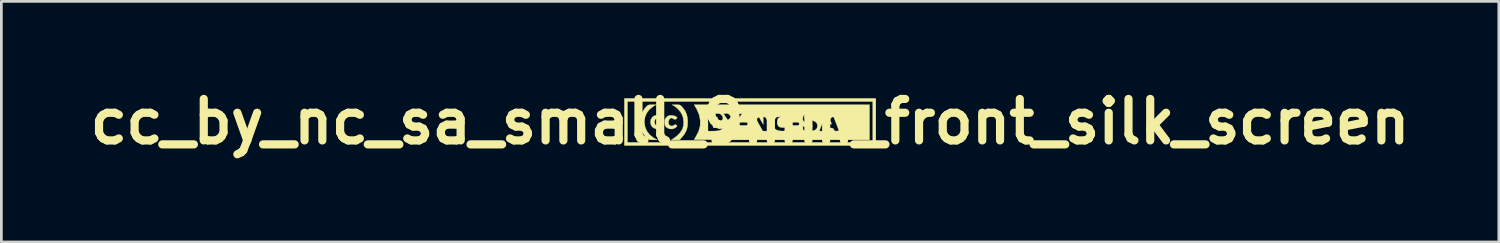
<source format=kicad_pcb>
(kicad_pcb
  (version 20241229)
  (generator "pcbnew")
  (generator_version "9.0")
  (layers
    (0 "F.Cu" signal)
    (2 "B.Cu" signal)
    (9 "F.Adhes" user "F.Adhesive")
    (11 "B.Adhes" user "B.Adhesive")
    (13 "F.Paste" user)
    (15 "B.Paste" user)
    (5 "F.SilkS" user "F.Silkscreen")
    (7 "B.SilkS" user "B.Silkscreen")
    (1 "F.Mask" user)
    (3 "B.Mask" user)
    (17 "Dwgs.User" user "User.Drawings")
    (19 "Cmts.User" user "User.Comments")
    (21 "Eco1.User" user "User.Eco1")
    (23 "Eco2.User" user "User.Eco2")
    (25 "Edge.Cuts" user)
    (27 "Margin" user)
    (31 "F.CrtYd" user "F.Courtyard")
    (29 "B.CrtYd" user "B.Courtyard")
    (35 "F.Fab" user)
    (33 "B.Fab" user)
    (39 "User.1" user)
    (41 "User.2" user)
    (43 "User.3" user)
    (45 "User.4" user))
  (footprint "cc_by_nc_sa_small_9mm_front_silk_screen"
    (layer "F.Cu")
    (at 24.5 1.418)
    (property "Reference" "cc_by_nc_sa_small_9mm_front_silk_screen" (at 0 0 0) (layer "F.SilkS") (effects (font (size 1.524 1.524) (thickness 0.3))))
    (attr through_hole)
    (fp_poly (pts (xy 2.922 -0.096) (xy 2.946 -0.046) (xy 2.959 -0.012) (xy 2.996 0.092) (xy 2.82 0.092) (xy 2.855 -0.012) (xy 2.879 -0.072) (xy 2.899 -0.11) (xy 2.906 -0.115) (xy 2.922 -0.096)) (stroke (width 0.01) (type solid)) (fill yes) (layer "F.SilkS"))
    (fp_poly (pts (xy 4.618 0.877) (xy -4.618 0.877) (xy -4.618 -0.739) (xy -4.503 -0.739) (xy -4.503 0.762) (xy 4.503 0.762) (xy 4.503 -0.739) (xy -4.503 -0.739) (xy -4.618 -0.739) (xy -4.618 -0.854) (xy 4.618 -0.854) (xy 4.618 0.877)) (stroke (width 0.01) (type solid)) (fill yes) (layer "F.SilkS"))
    (fp_poly (pts (xy -1.264 0.074) (xy -1.198 0.084) (xy -1.165 0.106) (xy -1.158 0.125) (xy -1.169 0.176) (xy -1.215 0.213) (xy -1.286 0.231) (xy -1.298 0.231) (xy -1.341 0.226) (xy -1.359 0.202) (xy -1.362 0.149) (xy -1.362 0.067) (xy -1.264 0.074)) (stroke (width 0.01) (type solid)) (fill yes) (layer "F.SilkS"))
    (fp_poly (pts (xy -1.283 -0.181) (xy -1.276 -0.18) (xy -1.217 -0.17) (xy -1.192 -0.148) (xy -1.189 -0.127) (xy -1.199 -0.095) (xy -1.237 -0.079) (xy -1.276 -0.074) (xy -1.332 -0.072) (xy -1.357 -0.085) (xy -1.362 -0.122) (xy -1.362 -0.127) (xy -1.358 -0.166) (xy -1.336 -0.181) (xy -1.283 -0.181)) (stroke (width 0.01) (type solid)) (fill yes) (layer "F.SilkS"))
    (fp_poly (pts (xy -2.638 -0.622) (xy -2.585 -0.614) (xy -2.546 -0.593) (xy -2.506 -0.552) (xy -2.484 -0.527) (xy -2.392 -0.404) (xy -2.333 -0.28) (xy -2.301 -0.14) (xy -2.291 -0.023) (xy -2.296 0.157) (xy -2.333 0.312) (xy -2.406 0.452) (xy -2.486 0.553) (xy -2.59 0.67) (xy -2.895 0.67) (xy -2.793 0.604) (xy -2.682 0.519) (xy -2.582 0.416) (xy -2.506 0.309) (xy -2.481 0.26) (xy -2.45 0.144) (xy -2.443 0.007) (xy -2.458 -0.132) (xy -2.492 -0.245) (xy -2.556 -0.354) (xy -2.646 -0.461) (xy -2.749 -0.55) (xy -2.806 -0.585) (xy -2.875 -0.622) (xy -2.721 -0.623) (xy -2.638 -0.622)) (stroke (width 0.01) (type solid)) (fill yes) (layer "F.SilkS"))
    (fp_poly (pts (xy -3.558 -0.558) (xy -3.7 -0.444) (xy -3.802 -0.308) (xy -3.863 -0.152) (xy -3.882 0.011) (xy -3.86 0.182) (xy -3.796 0.338) (xy -3.694 0.475) (xy -3.557 0.586) (xy -3.498 0.62) (xy -3.406 0.668) (xy -3.566 0.669) (xy -3.651 0.668) (xy -3.706 0.661) (xy -3.748 0.64) (xy -3.792 0.6) (xy -3.822 0.569) (xy -3.914 0.461) (xy -3.975 0.356) (xy -4.012 0.239) (xy -4.027 0.098) (xy -4.029 0.012) (xy -4.028 -0.1) (xy -4.022 -0.179) (xy -4.009 -0.239) (xy -3.988 -0.295) (xy -3.968 -0.335) (xy -3.916 -0.42) (xy -3.854 -0.505) (xy -3.826 -0.537) (xy -3.779 -0.584) (xy -3.738 -0.61) (xy -3.687 -0.621) (xy -3.608 -0.623) (xy -3.6 -0.623) (xy -3.455 -0.623) (xy -3.558 -0.558)) (stroke (width 0.01) (type solid)) (fill yes) (layer "F.SilkS"))
    (fp_poly (pts (xy -3.332 -0.222) (xy -3.258 -0.2) (xy -3.205 -0.169) (xy -3.187 -0.137) (xy -3.205 -0.112) (xy -3.235 -0.091) (xy -3.282 -0.078) (xy -3.323 -0.102) (xy -3.383 -0.133) (xy -3.44 -0.124) (xy -3.485 -0.08) (xy -3.508 -0.009) (xy -3.51 0.017) (xy -3.493 0.093) (xy -3.449 0.143) (xy -3.389 0.162) (xy -3.324 0.144) (xy -3.302 0.127) (xy -3.266 0.105) (xy -3.229 0.119) (xy -3.222 0.124) (xy -3.194 0.161) (xy -3.212 0.199) (xy -3.276 0.238) (xy -3.293 0.245) (xy -3.375 0.271) (xy -3.447 0.27) (xy -3.528 0.242) (xy -3.602 0.188) (xy -3.647 0.107) (xy -3.661 0.014) (xy -3.644 -0.081) (xy -3.592 -0.165) (xy -3.585 -0.172) (xy -3.535 -0.211) (xy -3.475 -0.228) (xy -3.413 -0.231) (xy -3.332 -0.222)) (stroke (width 0.01) (type solid)) (fill yes) (layer "F.SilkS"))
    (fp_poly (pts (xy -2.809 -0.222) (xy -2.738 -0.198) (xy -2.69 -0.165) (xy -2.679 -0.138) (xy -2.697 -0.112) (xy -2.727 -0.091) (xy -2.774 -0.078) (xy -2.815 -0.102) (xy -2.875 -0.135) (xy -2.931 -0.123) (xy -2.966 -0.087) (xy -2.996 -0.014) (xy -2.997 0.063) (xy -2.967 0.124) (xy -2.966 0.125) (xy -2.909 0.156) (xy -2.845 0.157) (xy -2.794 0.127) (xy -2.758 0.106) (xy -2.722 0.117) (xy -2.685 0.147) (xy -2.689 0.18) (xy -2.735 0.219) (xy -2.754 0.231) (xy -2.848 0.27) (xy -2.944 0.268) (xy -3.017 0.243) (xy -3.085 0.2) (xy -3.124 0.138) (xy -3.14 0.045) (xy -3.14 0.011) (xy -3.134 -0.067) (xy -3.108 -0.123) (xy -3.073 -0.163) (xy -3.02 -0.207) (xy -2.963 -0.227) (xy -2.893 -0.231) (xy -2.809 -0.222)) (stroke (width 0.01) (type solid)) (fill yes) (layer "F.SilkS"))
    (fp_poly (pts (xy 4.387 0.67) (xy 1.166 0.67) (xy 0.784 0.67) (xy 0.416 0.669) (xy 0.062 0.669) (xy -0.273 0.668) (xy -0.588 0.668) (xy -0.879 0.667) (xy -1.144 0.666) (xy -1.381 0.665) (xy -1.586 0.664) (xy -1.758 0.663) (xy -1.893 0.662) (xy -1.989 0.661) (xy -2.043 0.66) (xy -2.055 0.659) (xy -2.044 0.635) (xy -2.014 0.585) (xy -1.985 0.538) (xy -1.888 0.346) (xy -1.836 0.151) (xy -1.831 -0.047) (xy -1.871 -0.249) (xy -1.893 -0.3) (xy -1.547 -0.3) (xy -1.547 0.346) (xy -1.362 0.346) (xy -1.252 0.342) (xy -1.158 0.33) (xy -1.098 0.314) (xy -1.019 0.263) (xy -0.977 0.195) (xy -0.974 0.121) (xy -1.012 0.049) (xy -1.022 0.039) (xy -1.056 0.001) (xy -1.058 -0.024) (xy -1.033 -0.052) (xy -0.997 -0.115) (xy -1.006 -0.183) (xy -1.05 -0.244) (xy -1.08 -0.27) (xy -1.113 -0.287) (xy -1.119 -0.288) (xy -0.97 -0.288) (xy -0.957 -0.265) (xy -0.924 -0.213) (xy -0.877 -0.143) (xy -0.854 -0.111) (xy -0.797 -0.027) (xy -0.763 0.034) (xy -0.746 0.087) (xy -0.739 0.146) (xy -0.739 0.184) (xy -0.736 0.259) (xy -0.73 0.313) (xy -0.724 0.331) (xy -0.692 0.342) (xy -0.636 0.346) (xy -0.631 0.346) (xy -0.554 0.346) (xy -0.554 0.213) (xy -0.552 0.148) (xy -0.543 0.095) (xy -0.537 0.081) (xy -0.393 0.081) (xy -0.39 0.112) (xy -0.375 0.129) (xy -0.338 0.137) (xy -0.267 0.139) (xy -0.242 0.139) (xy -0.162 0.138) (xy -0.117 0.132) (xy -0.097 0.117) (xy -0.092 0.09) (xy -0.092 0.081) (xy -0.095 0.05) (xy -0.11 0.033) (xy -0.147 0.025) (xy -0.218 0.023) (xy -0.242 0.023) (xy -0.323 0.024) (xy -0.368 0.03) (xy -0.388 0.044) (xy -0.392 0.071) (xy -0.393 0.081) (xy -0.537 0.081) (xy -0.521 0.043) (xy -0.482 -0.022) (xy -0.426 -0.105) (xy -0.297 -0.289) (xy -0.385 -0.296) (xy -0.443 -0.295) (xy -0.492 -0.274) (xy -0.539 -0.227) (xy -0.597 -0.147) (xy -0.602 -0.139) (xy -0.639 -0.084) (xy -0.713 -0.192) (xy -0.759 -0.255) (xy -0.797 -0.287) (xy -0.841 -0.299) (xy -0.879 -0.3) (xy 0.046 -0.3) (xy 0.046 0.346) (xy 0.206 0.346) (xy 0.219 -0.099) (xy 0.342 0.124) (xy 0.465 0.346) (xy 0.67 0.346) (xy 2.541 0.346) (xy 2.633 0.346) (xy 2.697 0.341) (xy 2.731 0.321) (xy 2.748 0.289) (xy 2.764 0.256) (xy 2.791 0.239) (xy 2.84 0.232) (xy 2.909 0.231) (xy 2.988 0.233) (xy 3.033 0.241) (xy 3.057 0.26) (xy 3.071 0.289) (xy 3.097 0.329) (xy 3.142 0.345) (xy 3.174 0.346) (xy 3.228 0.341) (xy 3.255 0.327) (xy 3.256 0.324) (xy 3.248 0.296) (xy 3.225 0.233) (xy 3.192 0.144) (xy 3.151 0.037) (xy 3.136 0.001) (xy 3.017 -0.3) (xy 2.799 -0.3) (xy 2.713 -0.087) (xy 2.671 0.02) (xy 2.629 0.124) (xy 2.595 0.209) (xy 2.584 0.237) (xy 2.541 0.346) (xy 0.67 0.346) (xy 0.67 0.008) (xy 0.804 0.008) (xy 0.823 0.132) (xy 0.878 0.233) (xy 0.966 0.303) (xy 0.971 0.306) (xy 1.047 0.331) (xy 1.144 0.344) (xy 1.24 0.344) (xy 1.319 0.331) (xy 1.341 0.322) (xy 1.377 0.28) (xy 1.385 0.24) (xy 1.38 0.199) (xy 1.355 0.194) (xy 1.333 0.2) (xy 1.277 0.212) (xy 1.202 0.218) (xy 1.181 0.219) (xy 1.088 0.202) (xy 1.027 0.153) (xy 1.001 0.081) (xy 1.524 0.081) (xy 1.527 0.113) (xy 1.543 0.13) (xy 1.583 0.137) (xy 1.658 0.139) (xy 1.663 0.139) (xy 1.739 0.137) (xy 1.781 0.131) (xy 1.798 0.114) (xy 1.801 0.083) (xy 1.801 0.081) (xy 1.798 0.049) (xy 1.782 0.032) (xy 1.742 0.024) (xy 1.667 0.023) (xy 1.663 0.023) (xy 1.586 0.024) (xy 1.544 0.031) (xy 1.527 0.048) (xy 1.524 0.079) (xy 1.524 0.081) (xy 1.001 0.081) (xy 0.997 0.07) (xy 0.993 0.013) (xy 1.008 -0.084) (xy 1.023 -0.105) (xy 1.931 -0.105) (xy 1.954 -0.025) (xy 1.989 0.016) (xy 2.028 0.036) (xy 2.095 0.06) (xy 2.148 0.075) (xy 2.232 0.102) (xy 2.275 0.132) (xy 2.282 0.149) (xy 2.274 0.196) (xy 2.229 0.223) (xy 2.157 0.228) (xy 2.062 0.21) (xy 2.026 0.198) (xy 1.94 0.167) (xy 1.94 0.244) (xy 1.943 0.286) (xy 1.959 0.314) (xy 1.995 0.33) (xy 2.059 0.339) (xy 2.161 0.343) (xy 2.177 0.343) (xy 2.273 0.339) (xy 2.353 0.322) (xy 2.377 0.313) (xy 2.435 0.27) (xy 2.464 0.212) (xy 2.471 0.137) (xy 2.454 0.064) (xy 2.4 0.006) (xy 2.308 -0.038) (xy 2.174 -0.071) (xy 2.159 -0.074) (xy 2.118 -0.101) (xy 2.105 -0.136) (xy 2.103 -0.165) (xy 2.113 -0.18) (xy 2.145 -0.185) (xy 2.208 -0.183) (xy 2.261 -0.18) (xy 2.425 -0.168) (xy 2.425 -0.232) (xy 2.421 -0.269) (xy 2.404 -0.291) (xy 2.362 -0.304) (xy 2.295 -0.313) (xy 2.155 -0.318) (xy 2.047 -0.293) (xy 1.975 -0.238) (xy 1.95 -0.196) (xy 1.931 -0.105) (xy 1.023 -0.105) (xy 1.054 -0.148) (xy 1.133 -0.18) (xy 1.192 -0.185) (xy 1.266 -0.18) (xy 1.327 -0.167) (xy 1.341 -0.161) (xy 1.372 -0.15) (xy 1.384 -0.169) (xy 1.385 -0.205) (xy 1.378 -0.253) (xy 1.349 -0.283) (xy 1.302 -0.301) (xy 1.176 -0.323) (xy 1.058 -0.307) (xy 0.954 -0.26) (xy 0.872 -0.185) (xy 0.819 -0.088) (xy 0.804 0.008) (xy 0.67 0.008) (xy 0.67 -0.3) (xy 0.485 -0.3) (xy 0.484 -0.098) (xy 0.484 0.104) (xy 0.367 -0.098) (xy 0.25 -0.3) (xy 0.046 -0.3) (xy -0.879 -0.3) (xy -0.936 -0.297) (xy -0.968 -0.29) (xy -0.97 -0.288) (xy -1.119 -0.288) (xy -1.161 -0.296) (xy -1.235 -0.3) (xy -1.327 -0.3) (xy -1.547 -0.3) (xy -1.893 -0.3) (xy -1.958 -0.454) (xy -2.008 -0.541) (xy -2.059 -0.623) (xy 4.387 -0.623) (xy 4.387 0.67)) (stroke (width 0.01) (type solid)) (fill yes) (layer "F.SilkS")))
  (gr_rect
    (start -3 -3)
    (end 52 5.836)
    (stroke (width 0.1) (type default))
    (fill no)
    (layer "Edge.Cuts")))
</source>
